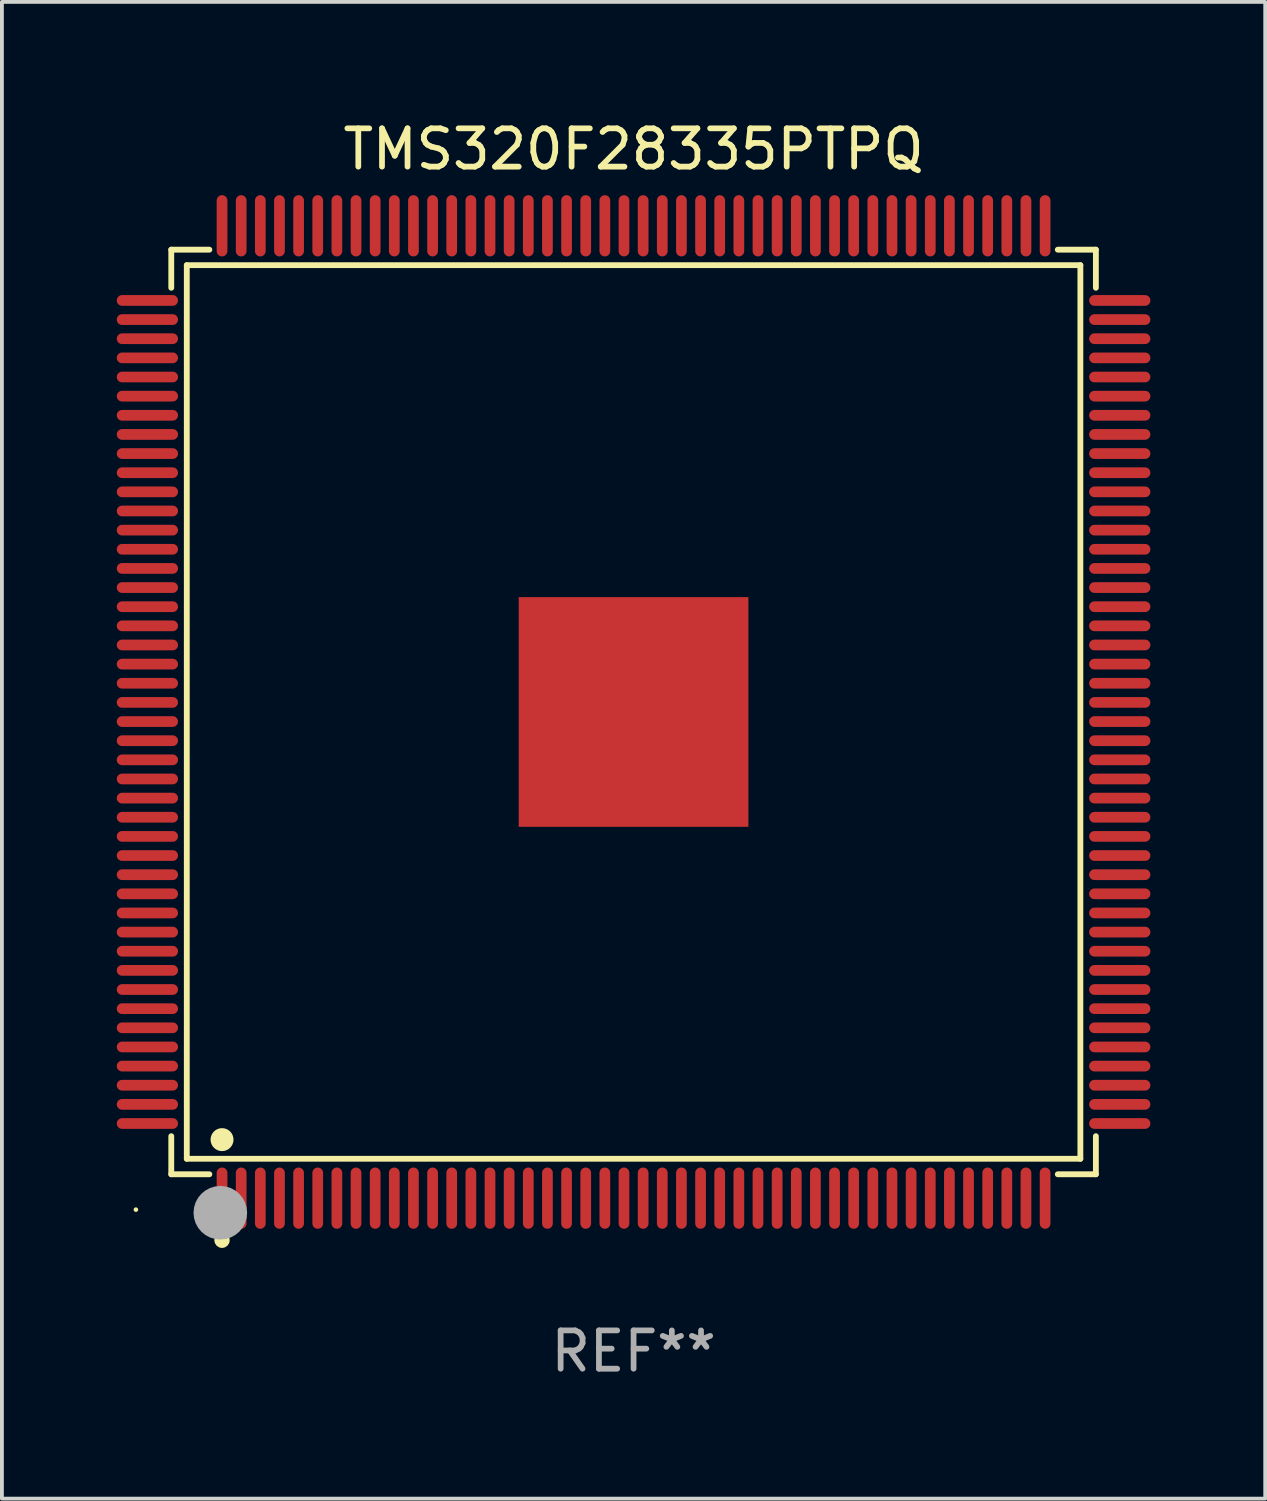
<source format=kicad_pcb>
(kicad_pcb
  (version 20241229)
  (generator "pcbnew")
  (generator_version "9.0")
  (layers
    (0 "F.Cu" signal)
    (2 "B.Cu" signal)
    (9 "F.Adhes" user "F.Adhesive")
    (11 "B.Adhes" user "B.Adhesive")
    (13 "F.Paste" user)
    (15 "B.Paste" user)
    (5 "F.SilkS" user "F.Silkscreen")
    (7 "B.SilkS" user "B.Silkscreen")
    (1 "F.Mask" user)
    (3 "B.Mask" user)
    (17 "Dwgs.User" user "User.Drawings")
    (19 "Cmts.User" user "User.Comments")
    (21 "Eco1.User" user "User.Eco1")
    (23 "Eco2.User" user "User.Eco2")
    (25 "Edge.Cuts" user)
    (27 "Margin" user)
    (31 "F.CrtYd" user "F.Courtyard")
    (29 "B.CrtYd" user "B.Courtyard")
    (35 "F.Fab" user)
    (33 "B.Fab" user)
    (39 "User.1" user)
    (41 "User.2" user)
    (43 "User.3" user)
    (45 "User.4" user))
  (footprint "TMS320F28335PTPQ"
    (layer "F.Cu")
    (at 13.5 15.548)
    (property "Reference" "TMS320F28335PTPQ" (at 0 -14.7 0) (layer "F.SilkS") (effects (font (size 1 1) (thickness 0.15))))
    (attr through_hole)
    (fp_line (start -12.076 -12.076) (end -11.081 -12.076) (stroke (width 0.152) (type solid)) (layer "F.SilkS"))
    (fp_line (start -12.076 -11.081) (end -12.076 -12.076) (stroke (width 0.152) (type solid)) (layer "F.SilkS"))
    (fp_line (start -12.076 11.081) (end -12.076 12.076) (stroke (width 0.152) (type solid)) (layer "F.SilkS"))
    (fp_line (start -12.076 12.076) (end -11.081 12.076) (stroke (width 0.152) (type solid)) (layer "F.SilkS"))
    (fp_line (start -11.671 -11.671) (end 11.671 -11.671) (stroke (width 0.152) (type solid)) (layer "F.SilkS"))
    (fp_line (start -11.671 11.671) (end -11.671 -11.671) (stroke (width 0.152) (type solid)) (layer "F.SilkS"))
    (fp_line (start 11.671 -11.671) (end 11.671 11.671) (stroke (width 0.152) (type solid)) (layer "F.SilkS"))
    (fp_line (start 11.671 11.671) (end -11.671 11.671) (stroke (width 0.152) (type solid)) (layer "F.SilkS"))
    (fp_line (start 12.076 -12.076) (end 11.081 -12.076) (stroke (width 0.152) (type solid)) (layer "F.SilkS"))
    (fp_line (start 12.076 -11.081) (end 12.076 -12.076) (stroke (width 0.152) (type solid)) (layer "F.SilkS"))
    (fp_line (start 12.076 11.081) (end 12.076 12.076) (stroke (width 0.152) (type solid)) (layer "F.SilkS"))
    (fp_line (start 12.076 12.076) (end 11.081 12.076) (stroke (width 0.152) (type solid)) (layer "F.SilkS"))
    (fp_circle (center -13 13) (end -12.97 13) (stroke (width 0.06) (type solid)) (fill no) (layer "F.SilkS"))
    (fp_circle (center -10.75 11.171) (end -10.6 11.171) (stroke (width 0.3) (type solid)) (fill no) (layer "F.SilkS"))
    (fp_circle (center -10.75 13.8) (end -10.65 13.8) (stroke (width 0.2) (type solid)) (fill no) (layer "F.SilkS"))
    (fp_circle (center -10.795 13.081) (end -10.445 13.081) (stroke (width 0.7) (type solid)) (fill no) (layer "F.Fab"))
    (fp_text user "REF**" (at 0 16.7 0) (layer "F.Fab") (effects (font (size 1 1) (thickness 0.15))))
    (pad "1" smd oval (at -10.75 12.7) (size 0.28 1.6) (layers "F.Cu" "F.Mask" "F.Paste"))
    (pad "2" smd oval (at -10.25 12.7) (size 0.28 1.6) (layers "F.Cu" "F.Mask" "F.Paste"))
    (pad "3" smd oval (at -9.75 12.7) (size 0.28 1.6) (layers "F.Cu" "F.Mask" "F.Paste"))
    (pad "4" smd oval (at -9.25 12.7) (size 0.28 1.6) (layers "F.Cu" "F.Mask" "F.Paste"))
    (pad "5" smd oval (at -8.75 12.7) (size 0.28 1.6) (layers "F.Cu" "F.Mask" "F.Paste"))
    (pad "6" smd oval (at -8.25 12.7) (size 0.28 1.6) (layers "F.Cu" "F.Mask" "F.Paste"))
    (pad "7" smd oval (at -7.75 12.7) (size 0.28 1.6) (layers "F.Cu" "F.Mask" "F.Paste"))
    (pad "8" smd oval (at -7.25 12.7) (size 0.28 1.6) (layers "F.Cu" "F.Mask" "F.Paste"))
    (pad "9" smd oval (at -6.75 12.7) (size 0.28 1.6) (layers "F.Cu" "F.Mask" "F.Paste"))
    (pad "10" smd oval (at -6.25 12.7) (size 0.28 1.6) (layers "F.Cu" "F.Mask" "F.Paste"))
    (pad "11" smd oval (at -5.75 12.7) (size 0.28 1.6) (layers "F.Cu" "F.Mask" "F.Paste"))
    (pad "12" smd oval (at -5.25 12.7) (size 0.28 1.6) (layers "F.Cu" "F.Mask" "F.Paste"))
    (pad "13" smd oval (at -4.75 12.7) (size 0.28 1.6) (layers "F.Cu" "F.Mask" "F.Paste"))
    (pad "14" smd oval (at -4.25 12.7) (size 0.28 1.6) (layers "F.Cu" "F.Mask" "F.Paste"))
    (pad "15" smd oval (at -3.75 12.7) (size 0.28 1.6) (layers "F.Cu" "F.Mask" "F.Paste"))
    (pad "16" smd oval (at -3.25 12.7) (size 0.28 1.6) (layers "F.Cu" "F.Mask" "F.Paste"))
    (pad "17" smd oval (at -2.75 12.7) (size 0.28 1.6) (layers "F.Cu" "F.Mask" "F.Paste"))
    (pad "18" smd oval (at -2.25 12.7) (size 0.28 1.6) (layers "F.Cu" "F.Mask" "F.Paste"))
    (pad "19" smd oval (at -1.75 12.7) (size 0.28 1.6) (layers "F.Cu" "F.Mask" "F.Paste"))
    (pad "20" smd oval (at -1.25 12.7) (size 0.28 1.6) (layers "F.Cu" "F.Mask" "F.Paste"))
    (pad "21" smd oval (at -0.75 12.7) (size 0.28 1.6) (layers "F.Cu" "F.Mask" "F.Paste"))
    (pad "22" smd oval (at -0.25 12.7) (size 0.28 1.6) (layers "F.Cu" "F.Mask" "F.Paste"))
    (pad "23" smd oval (at 0.25 12.7) (size 0.28 1.6) (layers "F.Cu" "F.Mask" "F.Paste"))
    (pad "24" smd oval (at 0.75 12.7) (size 0.28 1.6) (layers "F.Cu" "F.Mask" "F.Paste"))
    (pad "25" smd oval (at 1.25 12.7) (size 0.28 1.6) (layers "F.Cu" "F.Mask" "F.Paste"))
    (pad "26" smd oval (at 1.75 12.7) (size 0.28 1.6) (layers "F.Cu" "F.Mask" "F.Paste"))
    (pad "27" smd oval (at 2.25 12.7) (size 0.28 1.6) (layers "F.Cu" "F.Mask" "F.Paste"))
    (pad "28" smd oval (at 2.75 12.7) (size 0.28 1.6) (layers "F.Cu" "F.Mask" "F.Paste"))
    (pad "29" smd oval (at 3.25 12.7) (size 0.28 1.6) (layers "F.Cu" "F.Mask" "F.Paste"))
    (pad "30" smd oval (at 3.75 12.7) (size 0.28 1.6) (layers "F.Cu" "F.Mask" "F.Paste"))
    (pad "31" smd oval (at 4.25 12.7) (size 0.28 1.6) (layers "F.Cu" "F.Mask" "F.Paste"))
    (pad "32" smd oval (at 4.75 12.7) (size 0.28 1.6) (layers "F.Cu" "F.Mask" "F.Paste"))
    (pad "33" smd oval (at 5.25 12.7) (size 0.28 1.6) (layers "F.Cu" "F.Mask" "F.Paste"))
    (pad "34" smd oval (at 5.75 12.7) (size 0.28 1.6) (layers "F.Cu" "F.Mask" "F.Paste"))
    (pad "35" smd oval (at 6.25 12.7) (size 0.28 1.6) (layers "F.Cu" "F.Mask" "F.Paste"))
    (pad "36" smd oval (at 6.75 12.7) (size 0.28 1.6) (layers "F.Cu" "F.Mask" "F.Paste"))
    (pad "37" smd oval (at 7.25 12.7) (size 0.28 1.6) (layers "F.Cu" "F.Mask" "F.Paste"))
    (pad "38" smd oval (at 7.75 12.7) (size 0.28 1.6) (layers "F.Cu" "F.Mask" "F.Paste"))
    (pad "39" smd oval (at 8.25 12.7) (size 0.28 1.6) (layers "F.Cu" "F.Mask" "F.Paste"))
    (pad "40" smd oval (at 8.75 12.7) (size 0.28 1.6) (layers "F.Cu" "F.Mask" "F.Paste"))
    (pad "41" smd oval (at 9.25 12.7) (size 0.28 1.6) (layers "F.Cu" "F.Mask" "F.Paste"))
    (pad "42" smd oval (at 9.75 12.7) (size 0.28 1.6) (layers "F.Cu" "F.Mask" "F.Paste"))
    (pad "43" smd oval (at 10.25 12.7) (size 0.28 1.6) (layers "F.Cu" "F.Mask" "F.Paste"))
    (pad "44" smd oval (at 10.75 12.7) (size 0.28 1.6) (layers "F.Cu" "F.Mask" "F.Paste"))
    (pad "45" smd oval (at 12.7 10.75) (size 1.6 0.28) (layers "F.Cu" "F.Mask" "F.Paste"))
    (pad "46" smd oval (at 12.7 10.25) (size 1.6 0.28) (layers "F.Cu" "F.Mask" "F.Paste"))
    (pad "47" smd oval (at 12.7 9.75) (size 1.6 0.28) (layers "F.Cu" "F.Mask" "F.Paste"))
    (pad "48" smd oval (at 12.7 9.25) (size 1.6 0.28) (layers "F.Cu" "F.Mask" "F.Paste"))
    (pad "49" smd oval (at 12.7 8.75) (size 1.6 0.28) (layers "F.Cu" "F.Mask" "F.Paste"))
    (pad "50" smd oval (at 12.7 8.25) (size 1.6 0.28) (layers "F.Cu" "F.Mask" "F.Paste"))
    (pad "51" smd oval (at 12.7 7.75) (size 1.6 0.28) (layers "F.Cu" "F.Mask" "F.Paste"))
    (pad "52" smd oval (at 12.7 7.25) (size 1.6 0.28) (layers "F.Cu" "F.Mask" "F.Paste"))
    (pad "53" smd oval (at 12.7 6.75) (size 1.6 0.28) (layers "F.Cu" "F.Mask" "F.Paste"))
    (pad "54" smd oval (at 12.7 6.25) (size 1.6 0.28) (layers "F.Cu" "F.Mask" "F.Paste"))
    (pad "55" smd oval (at 12.7 5.75) (size 1.6 0.28) (layers "F.Cu" "F.Mask" "F.Paste"))
    (pad "56" smd oval (at 12.7 5.25) (size 1.6 0.28) (layers "F.Cu" "F.Mask" "F.Paste"))
    (pad "57" smd oval (at 12.7 4.75) (size 1.6 0.28) (layers "F.Cu" "F.Mask" "F.Paste"))
    (pad "58" smd oval (at 12.7 4.25) (size 1.6 0.28) (layers "F.Cu" "F.Mask" "F.Paste"))
    (pad "59" smd oval (at 12.7 3.75) (size 1.6 0.28) (layers "F.Cu" "F.Mask" "F.Paste"))
    (pad "60" smd oval (at 12.7 3.25) (size 1.6 0.28) (layers "F.Cu" "F.Mask" "F.Paste"))
    (pad "61" smd oval (at 12.7 2.75) (size 1.6 0.28) (layers "F.Cu" "F.Mask" "F.Paste"))
    (pad "62" smd oval (at 12.7 2.25) (size 1.6 0.28) (layers "F.Cu" "F.Mask" "F.Paste"))
    (pad "63" smd oval (at 12.7 1.75) (size 1.6 0.28) (layers "F.Cu" "F.Mask" "F.Paste"))
    (pad "64" smd oval (at 12.7 1.25) (size 1.6 0.28) (layers "F.Cu" "F.Mask" "F.Paste"))
    (pad "65" smd oval (at 12.7 0.75) (size 1.6 0.28) (layers "F.Cu" "F.Mask" "F.Paste"))
    (pad "66" smd oval (at 12.7 0.25) (size 1.6 0.28) (layers "F.Cu" "F.Mask" "F.Paste"))
    (pad "67" smd oval (at 12.7 -0.25) (size 1.6 0.28) (layers "F.Cu" "F.Mask" "F.Paste"))
    (pad "68" smd oval (at 12.7 -0.75) (size 1.6 0.28) (layers "F.Cu" "F.Mask" "F.Paste"))
    (pad "69" smd oval (at 12.7 -1.25) (size 1.6 0.28) (layers "F.Cu" "F.Mask" "F.Paste"))
    (pad "70" smd oval (at 12.7 -1.75) (size 1.6 0.28) (layers "F.Cu" "F.Mask" "F.Paste"))
    (pad "71" smd oval (at 12.7 -2.25) (size 1.6 0.28) (layers "F.Cu" "F.Mask" "F.Paste"))
    (pad "72" smd oval (at 12.7 -2.75) (size 1.6 0.28) (layers "F.Cu" "F.Mask" "F.Paste"))
    (pad "73" smd oval (at 12.7 -3.25) (size 1.6 0.28) (layers "F.Cu" "F.Mask" "F.Paste"))
    (pad "74" smd oval (at 12.7 -3.75) (size 1.6 0.28) (layers "F.Cu" "F.Mask" "F.Paste"))
    (pad "75" smd oval (at 12.7 -4.25) (size 1.6 0.28) (layers "F.Cu" "F.Mask" "F.Paste"))
    (pad "76" smd oval (at 12.7 -4.75) (size 1.6 0.28) (layers "F.Cu" "F.Mask" "F.Paste"))
    (pad "77" smd oval (at 12.7 -5.25) (size 1.6 0.28) (layers "F.Cu" "F.Mask" "F.Paste"))
    (pad "78" smd oval (at 12.7 -5.75) (size 1.6 0.28) (layers "F.Cu" "F.Mask" "F.Paste"))
    (pad "79" smd oval (at 12.7 -6.25) (size 1.6 0.28) (layers "F.Cu" "F.Mask" "F.Paste"))
    (pad "80" smd oval (at 12.7 -6.75) (size 1.6 0.28) (layers "F.Cu" "F.Mask" "F.Paste"))
    (pad "81" smd oval (at 12.7 -7.25) (size 1.6 0.28) (layers "F.Cu" "F.Mask" "F.Paste"))
    (pad "82" smd oval (at 12.7 -7.75) (size 1.6 0.28) (layers "F.Cu" "F.Mask" "F.Paste"))
    (pad "83" smd oval (at 12.7 -8.25) (size 1.6 0.28) (layers "F.Cu" "F.Mask" "F.Paste"))
    (pad "84" smd oval (at 12.7 -8.75) (size 1.6 0.28) (layers "F.Cu" "F.Mask" "F.Paste"))
    (pad "85" smd oval (at 12.7 -9.25) (size 1.6 0.28) (layers "F.Cu" "F.Mask" "F.Paste"))
    (pad "86" smd oval (at 12.7 -9.75) (size 1.6 0.28) (layers "F.Cu" "F.Mask" "F.Paste"))
    (pad "87" smd oval (at 12.7 -10.25) (size 1.6 0.28) (layers "F.Cu" "F.Mask" "F.Paste"))
    (pad "88" smd oval (at 12.7 -10.75) (size 1.6 0.28) (layers "F.Cu" "F.Mask" "F.Paste"))
    (pad "89" smd oval (at 10.75 -12.7) (size 0.28 1.6) (layers "F.Cu" "F.Mask" "F.Paste"))
    (pad "90" smd oval (at 10.25 -12.7) (size 0.28 1.6) (layers "F.Cu" "F.Mask" "F.Paste"))
    (pad "91" smd oval (at 9.75 -12.7) (size 0.28 1.6) (layers "F.Cu" "F.Mask" "F.Paste"))
    (pad "92" smd oval (at 9.25 -12.7) (size 0.28 1.6) (layers "F.Cu" "F.Mask" "F.Paste"))
    (pad "93" smd oval (at 8.75 -12.7) (size 0.28 1.6) (layers "F.Cu" "F.Mask" "F.Paste"))
    (pad "94" smd oval (at 8.25 -12.7) (size 0.28 1.6) (layers "F.Cu" "F.Mask" "F.Paste"))
    (pad "95" smd oval (at 7.75 -12.7) (size 0.28 1.6) (layers "F.Cu" "F.Mask" "F.Paste"))
    (pad "96" smd oval (at 7.25 -12.7) (size 0.28 1.6) (layers "F.Cu" "F.Mask" "F.Paste"))
    (pad "97" smd oval (at 6.75 -12.7) (size 0.28 1.6) (layers "F.Cu" "F.Mask" "F.Paste"))
    (pad "98" smd oval (at 6.25 -12.7) (size 0.28 1.6) (layers "F.Cu" "F.Mask" "F.Paste"))
    (pad "99" smd oval (at 5.75 -12.7) (size 0.28 1.6) (layers "F.Cu" "F.Mask" "F.Paste"))
    (pad "100" smd oval (at 5.25 -12.7) (size 0.28 1.6) (layers "F.Cu" "F.Mask" "F.Paste"))
    (pad "101" smd oval (at 4.75 -12.7) (size 0.28 1.6) (layers "F.Cu" "F.Mask" "F.Paste"))
    (pad "102" smd oval (at 4.25 -12.7) (size 0.28 1.6) (layers "F.Cu" "F.Mask" "F.Paste"))
    (pad "103" smd oval (at 3.75 -12.7) (size 0.28 1.6) (layers "F.Cu" "F.Mask" "F.Paste"))
    (pad "104" smd oval (at 3.25 -12.7) (size 0.28 1.6) (layers "F.Cu" "F.Mask" "F.Paste"))
    (pad "105" smd oval (at 2.75 -12.7) (size 0.28 1.6) (layers "F.Cu" "F.Mask" "F.Paste"))
    (pad "106" smd oval (at 2.25 -12.7) (size 0.28 1.6) (layers "F.Cu" "F.Mask" "F.Paste"))
    (pad "107" smd oval (at 1.75 -12.7) (size 0.28 1.6) (layers "F.Cu" "F.Mask" "F.Paste"))
    (pad "108" smd oval (at 1.25 -12.7) (size 0.28 1.6) (layers "F.Cu" "F.Mask" "F.Paste"))
    (pad "109" smd oval (at 0.75 -12.7) (size 0.28 1.6) (layers "F.Cu" "F.Mask" "F.Paste"))
    (pad "110" smd oval (at 0.25 -12.7) (size 0.28 1.6) (layers "F.Cu" "F.Mask" "F.Paste"))
    (pad "111" smd oval (at -0.25 -12.7) (size 0.28 1.6) (layers "F.Cu" "F.Mask" "F.Paste"))
    (pad "112" smd oval (at -0.75 -12.7) (size 0.28 1.6) (layers "F.Cu" "F.Mask" "F.Paste"))
    (pad "113" smd oval (at -1.25 -12.7) (size 0.28 1.6) (layers "F.Cu" "F.Mask" "F.Paste"))
    (pad "114" smd oval (at -1.75 -12.7) (size 0.28 1.6) (layers "F.Cu" "F.Mask" "F.Paste"))
    (pad "115" smd oval (at -2.25 -12.7) (size 0.28 1.6) (layers "F.Cu" "F.Mask" "F.Paste"))
    (pad "116" smd oval (at -2.75 -12.7) (size 0.28 1.6) (layers "F.Cu" "F.Mask" "F.Paste"))
    (pad "117" smd oval (at -3.25 -12.7) (size 0.28 1.6) (layers "F.Cu" "F.Mask" "F.Paste"))
    (pad "118" smd oval (at -3.75 -12.7) (size 0.28 1.6) (layers "F.Cu" "F.Mask" "F.Paste"))
    (pad "119" smd oval (at -4.25 -12.7) (size 0.28 1.6) (layers "F.Cu" "F.Mask" "F.Paste"))
    (pad "120" smd oval (at -4.75 -12.7) (size 0.28 1.6) (layers "F.Cu" "F.Mask" "F.Paste"))
    (pad "121" smd oval (at -5.25 -12.7) (size 0.28 1.6) (layers "F.Cu" "F.Mask" "F.Paste"))
    (pad "122" smd oval (at -5.75 -12.7) (size 0.28 1.6) (layers "F.Cu" "F.Mask" "F.Paste"))
    (pad "123" smd oval (at -6.25 -12.7) (size 0.28 1.6) (layers "F.Cu" "F.Mask" "F.Paste"))
    (pad "124" smd oval (at -6.75 -12.7) (size 0.28 1.6) (layers "F.Cu" "F.Mask" "F.Paste"))
    (pad "125" smd oval (at -7.25 -12.7) (size 0.28 1.6) (layers "F.Cu" "F.Mask" "F.Paste"))
    (pad "126" smd oval (at -7.75 -12.7) (size 0.28 1.6) (layers "F.Cu" "F.Mask" "F.Paste"))
    (pad "127" smd oval (at -8.25 -12.7) (size 0.28 1.6) (layers "F.Cu" "F.Mask" "F.Paste"))
    (pad "128" smd oval (at -8.75 -12.7) (size 0.28 1.6) (layers "F.Cu" "F.Mask" "F.Paste"))
    (pad "129" smd oval (at -9.25 -12.7) (size 0.28 1.6) (layers "F.Cu" "F.Mask" "F.Paste"))
    (pad "130" smd oval (at -9.75 -12.7) (size 0.28 1.6) (layers "F.Cu" "F.Mask" "F.Paste"))
    (pad "131" smd oval (at -10.25 -12.7) (size 0.28 1.6) (layers "F.Cu" "F.Mask" "F.Paste"))
    (pad "132" smd oval (at -10.75 -12.7) (size 0.28 1.6) (layers "F.Cu" "F.Mask" "F.Paste"))
    (pad "133" smd oval (at -12.7 -10.75) (size 1.6 0.28) (layers "F.Cu" "F.Mask" "F.Paste"))
    (pad "134" smd oval (at -12.7 -10.25) (size 1.6 0.28) (layers "F.Cu" "F.Mask" "F.Paste"))
    (pad "135" smd oval (at -12.7 -9.75) (size 1.6 0.28) (layers "F.Cu" "F.Mask" "F.Paste"))
    (pad "136" smd oval (at -12.7 -9.25) (size 1.6 0.28) (layers "F.Cu" "F.Mask" "F.Paste"))
    (pad "137" smd oval (at -12.7 -8.75) (size 1.6 0.28) (layers "F.Cu" "F.Mask" "F.Paste"))
    (pad "138" smd oval (at -12.7 -8.25) (size 1.6 0.28) (layers "F.Cu" "F.Mask" "F.Paste"))
    (pad "139" smd oval (at -12.7 -7.75) (size 1.6 0.28) (layers "F.Cu" "F.Mask" "F.Paste"))
    (pad "140" smd oval (at -12.7 -7.25) (size 1.6 0.28) (layers "F.Cu" "F.Mask" "F.Paste"))
    (pad "141" smd oval (at -12.7 -6.75) (size 1.6 0.28) (layers "F.Cu" "F.Mask" "F.Paste"))
    (pad "142" smd oval (at -12.7 -6.25) (size 1.6 0.28) (layers "F.Cu" "F.Mask" "F.Paste"))
    (pad "143" smd oval (at -12.7 -5.75) (size 1.6 0.28) (layers "F.Cu" "F.Mask" "F.Paste"))
    (pad "144" smd oval (at -12.7 -5.25) (size 1.6 0.28) (layers "F.Cu" "F.Mask" "F.Paste"))
    (pad "145" smd oval (at -12.7 -4.75) (size 1.6 0.28) (layers "F.Cu" "F.Mask" "F.Paste"))
    (pad "146" smd oval (at -12.7 -4.25) (size 1.6 0.28) (layers "F.Cu" "F.Mask" "F.Paste"))
    (pad "147" smd oval (at -12.7 -3.75) (size 1.6 0.28) (layers "F.Cu" "F.Mask" "F.Paste"))
    (pad "148" smd oval (at -12.7 -3.25) (size 1.6 0.28) (layers "F.Cu" "F.Mask" "F.Paste"))
    (pad "149" smd oval (at -12.7 -2.75) (size 1.6 0.28) (layers "F.Cu" "F.Mask" "F.Paste"))
    (pad "150" smd oval (at -12.7 -2.25) (size 1.6 0.28) (layers "F.Cu" "F.Mask" "F.Paste"))
    (pad "151" smd oval (at -12.7 -1.75) (size 1.6 0.28) (layers "F.Cu" "F.Mask" "F.Paste"))
    (pad "152" smd oval (at -12.7 -1.25) (size 1.6 0.28) (layers "F.Cu" "F.Mask" "F.Paste"))
    (pad "153" smd oval (at -12.7 -0.75) (size 1.6 0.28) (layers "F.Cu" "F.Mask" "F.Paste"))
    (pad "154" smd oval (at -12.7 -0.25) (size 1.6 0.28) (layers "F.Cu" "F.Mask" "F.Paste"))
    (pad "155" smd oval (at -12.7 0.25) (size 1.6 0.28) (layers "F.Cu" "F.Mask" "F.Paste"))
    (pad "156" smd oval (at -12.7 0.75) (size 1.6 0.28) (layers "F.Cu" "F.Mask" "F.Paste"))
    (pad "157" smd oval (at -12.7 1.25) (size 1.6 0.28) (layers "F.Cu" "F.Mask" "F.Paste"))
    (pad "158" smd oval (at -12.7 1.75) (size 1.6 0.28) (layers "F.Cu" "F.Mask" "F.Paste"))
    (pad "159" smd oval (at -12.7 2.25) (size 1.6 0.28) (layers "F.Cu" "F.Mask" "F.Paste"))
    (pad "160" smd oval (at -12.7 2.75) (size 1.6 0.28) (layers "F.Cu" "F.Mask" "F.Paste"))
    (pad "161" smd oval (at -12.7 3.25) (size 1.6 0.28) (layers "F.Cu" "F.Mask" "F.Paste"))
    (pad "162" smd oval (at -12.7 3.75) (size 1.6 0.28) (layers "F.Cu" "F.Mask" "F.Paste"))
    (pad "163" smd oval (at -12.7 4.25) (size 1.6 0.28) (layers "F.Cu" "F.Mask" "F.Paste"))
    (pad "164" smd oval (at -12.7 4.75) (size 1.6 0.28) (layers "F.Cu" "F.Mask" "F.Paste"))
    (pad "165" smd oval (at -12.7 5.25) (size 1.6 0.28) (layers "F.Cu" "F.Mask" "F.Paste"))
    (pad "166" smd oval (at -12.7 5.75) (size 1.6 0.28) (layers "F.Cu" "F.Mask" "F.Paste"))
    (pad "167" smd oval (at -12.7 6.25) (size 1.6 0.28) (layers "F.Cu" "F.Mask" "F.Paste"))
    (pad "168" smd oval (at -12.7 6.75) (size 1.6 0.28) (layers "F.Cu" "F.Mask" "F.Paste"))
    (pad "169" smd oval (at -12.7 7.25) (size 1.6 0.28) (layers "F.Cu" "F.Mask" "F.Paste"))
    (pad "170" smd oval (at -12.7 7.75) (size 1.6 0.28) (layers "F.Cu" "F.Mask" "F.Paste"))
    (pad "171" smd oval (at -12.7 8.25) (size 1.6 0.28) (layers "F.Cu" "F.Mask" "F.Paste"))
    (pad "172" smd oval (at -12.7 8.75) (size 1.6 0.28) (layers "F.Cu" "F.Mask" "F.Paste"))
    (pad "173" smd oval (at -12.7 9.25) (size 1.6 0.28) (layers "F.Cu" "F.Mask" "F.Paste"))
    (pad "174" smd oval (at -12.7 9.75) (size 1.6 0.28) (layers "F.Cu" "F.Mask" "F.Paste"))
    (pad "175" smd oval (at -12.7 10.25) (size 1.6 0.28) (layers "F.Cu" "F.Mask" "F.Paste"))
    (pad "176" smd oval (at -12.7 10.75) (size 1.6 0.28) (layers "F.Cu" "F.Mask" "F.Paste"))
    (pad "177" smd rect (at 0 0) (size 6 6) (layers "F.Cu" "F.Mask" "F.Paste")))
  (gr_rect
    (start -3 -3)
    (end 30 36.097)
    (stroke (width 0.1) (type default))
    (fill no)
    (layer "Edge.Cuts")))
</source>
